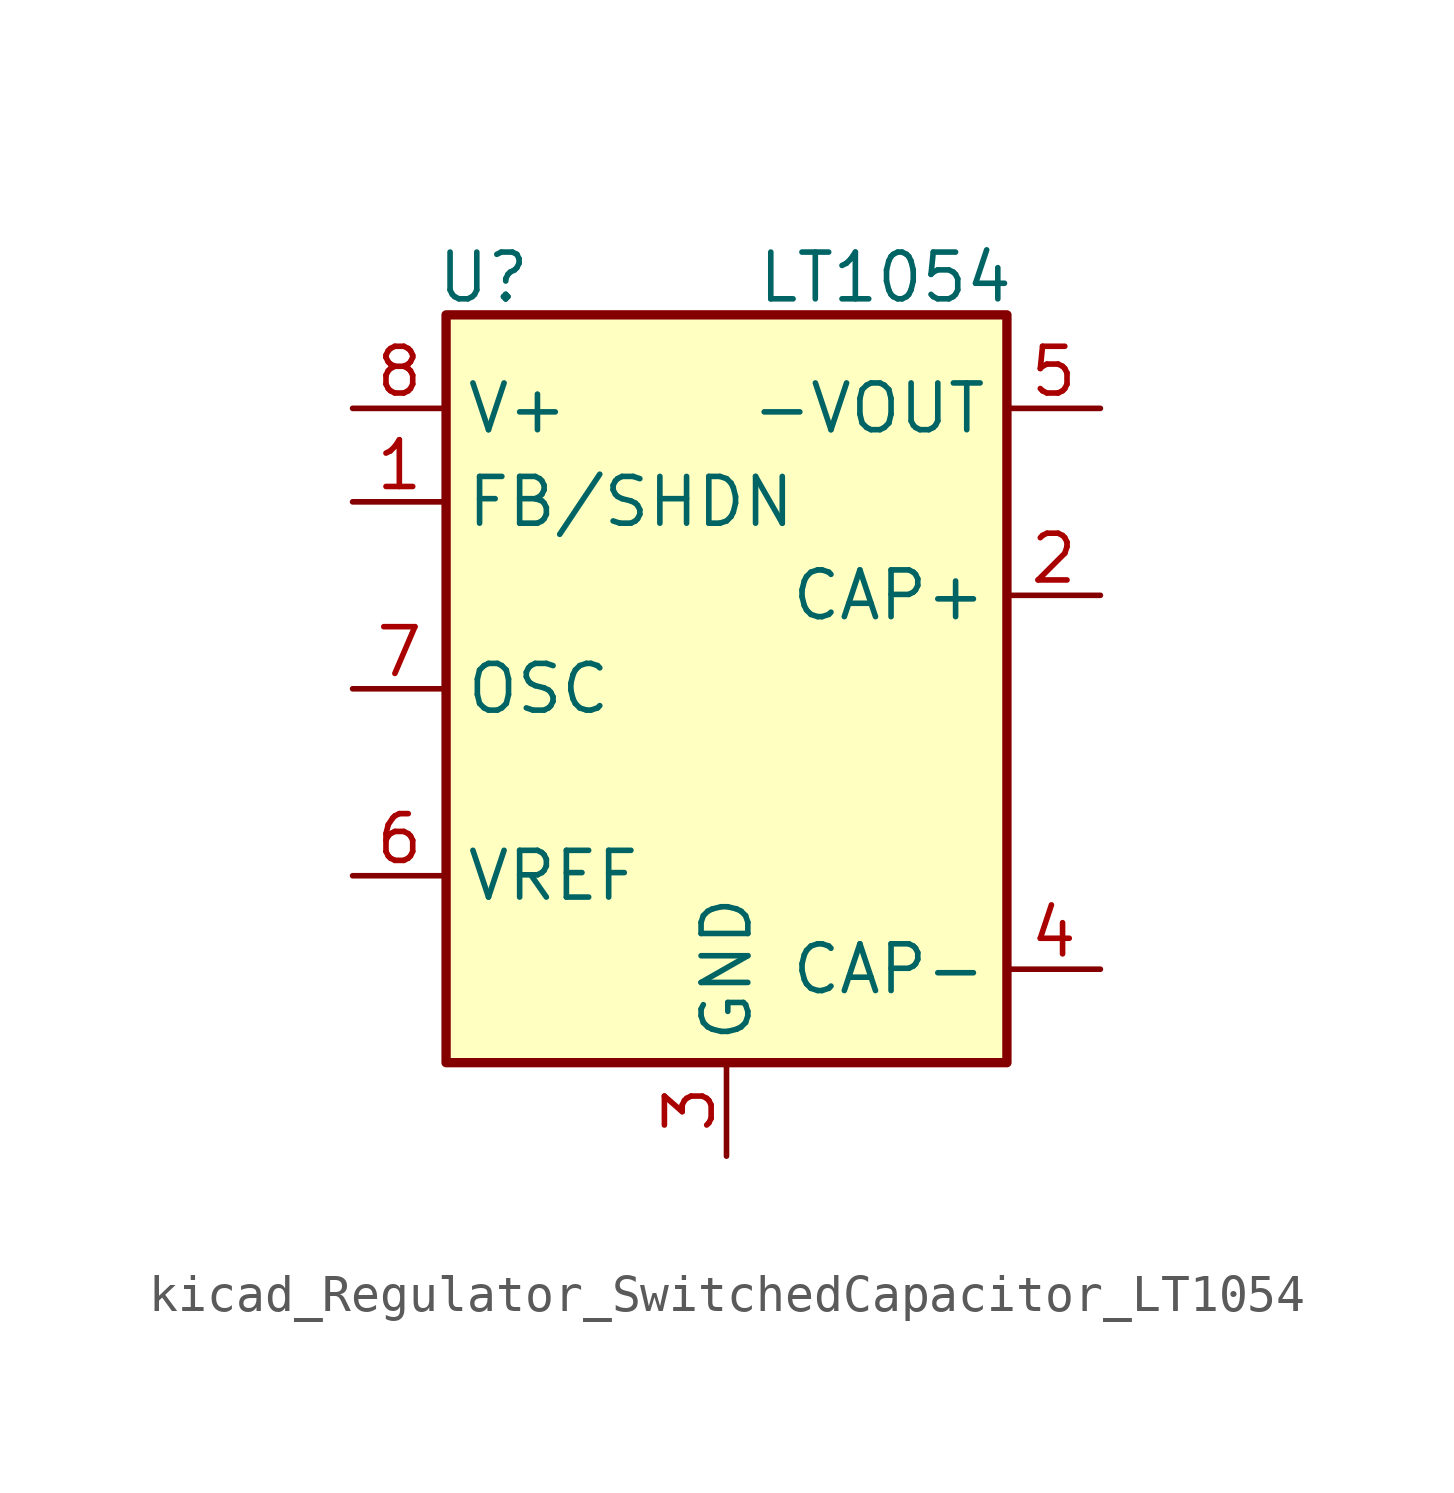
<source format=kicad_sym>
(kicad_symbol_lib
  (version 20220914)
  (generator kicad_symbol_editor)
  (symbol "kicad_Regulator_SwitchedCapacitor_LT1054"
    (property "Reference" "U"
      (at -6.604 11.176 0)
      (effects (font (size 1.27 1.27))))
    (property "Value" "LT1054"
      (at 4.318 11.176 0)
      (effects (font (size 1.27 1.27))))
    (symbol "kicad_Regulator_SwitchedCapacitor_LT1054_0_1"
      (rectangle (start -7.62 10.16) (end 7.62 -10.16) (stroke (width 0.254) (type default)) (fill (type background))))
    (symbol "kicad_Regulator_SwitchedCapacitor_LT1054_1_1"
      (pin input line (at -10.16 5.08 0) (length 2.54) (name "FB/SHDN" (effects (font (size 1.27 1.27)))) (number "1" (effects (font (size 1.27 1.27)))))
      (pin input line (at 10.16 2.54 180) (length 2.54) (name "CAP+" (effects (font (size 1.27 1.27)))) (number "2" (effects (font (size 1.27 1.27)))))
      (pin power_in line (at 0 -12.7 90) (length 2.54) (name "GND" (effects (font (size 1.27 1.27)))) (number "3" (effects (font (size 1.27 1.27)))))
      (pin input line (at 10.16 -7.62 180) (length 2.54) (name "CAP-" (effects (font (size 1.27 1.27)))) (number "4" (effects (font (size 1.27 1.27)))))
      (pin power_out line (at 10.16 7.62 180) (length 2.54) (name "-VOUT" (effects (font (size 1.27 1.27)))) (number "5" (effects (font (size 1.27 1.27)))))
      (pin output line (at -10.16 -5.08 0) (length 2.54) (name "VREF" (effects (font (size 1.27 1.27)))) (number "6" (effects (font (size 1.27 1.27)))))
      (pin input line (at -10.16 0 0) (length 2.54) (name "OSC" (effects (font (size 1.27 1.27)))) (number "7" (effects (font (size 1.27 1.27)))))
      (pin power_in line (at -10.16 7.62 0) (length 2.54) (name "V+" (effects (font (size 1.27 1.27)))) (number "8" (effects (font (size 1.27 1.27))))))))
</source>
